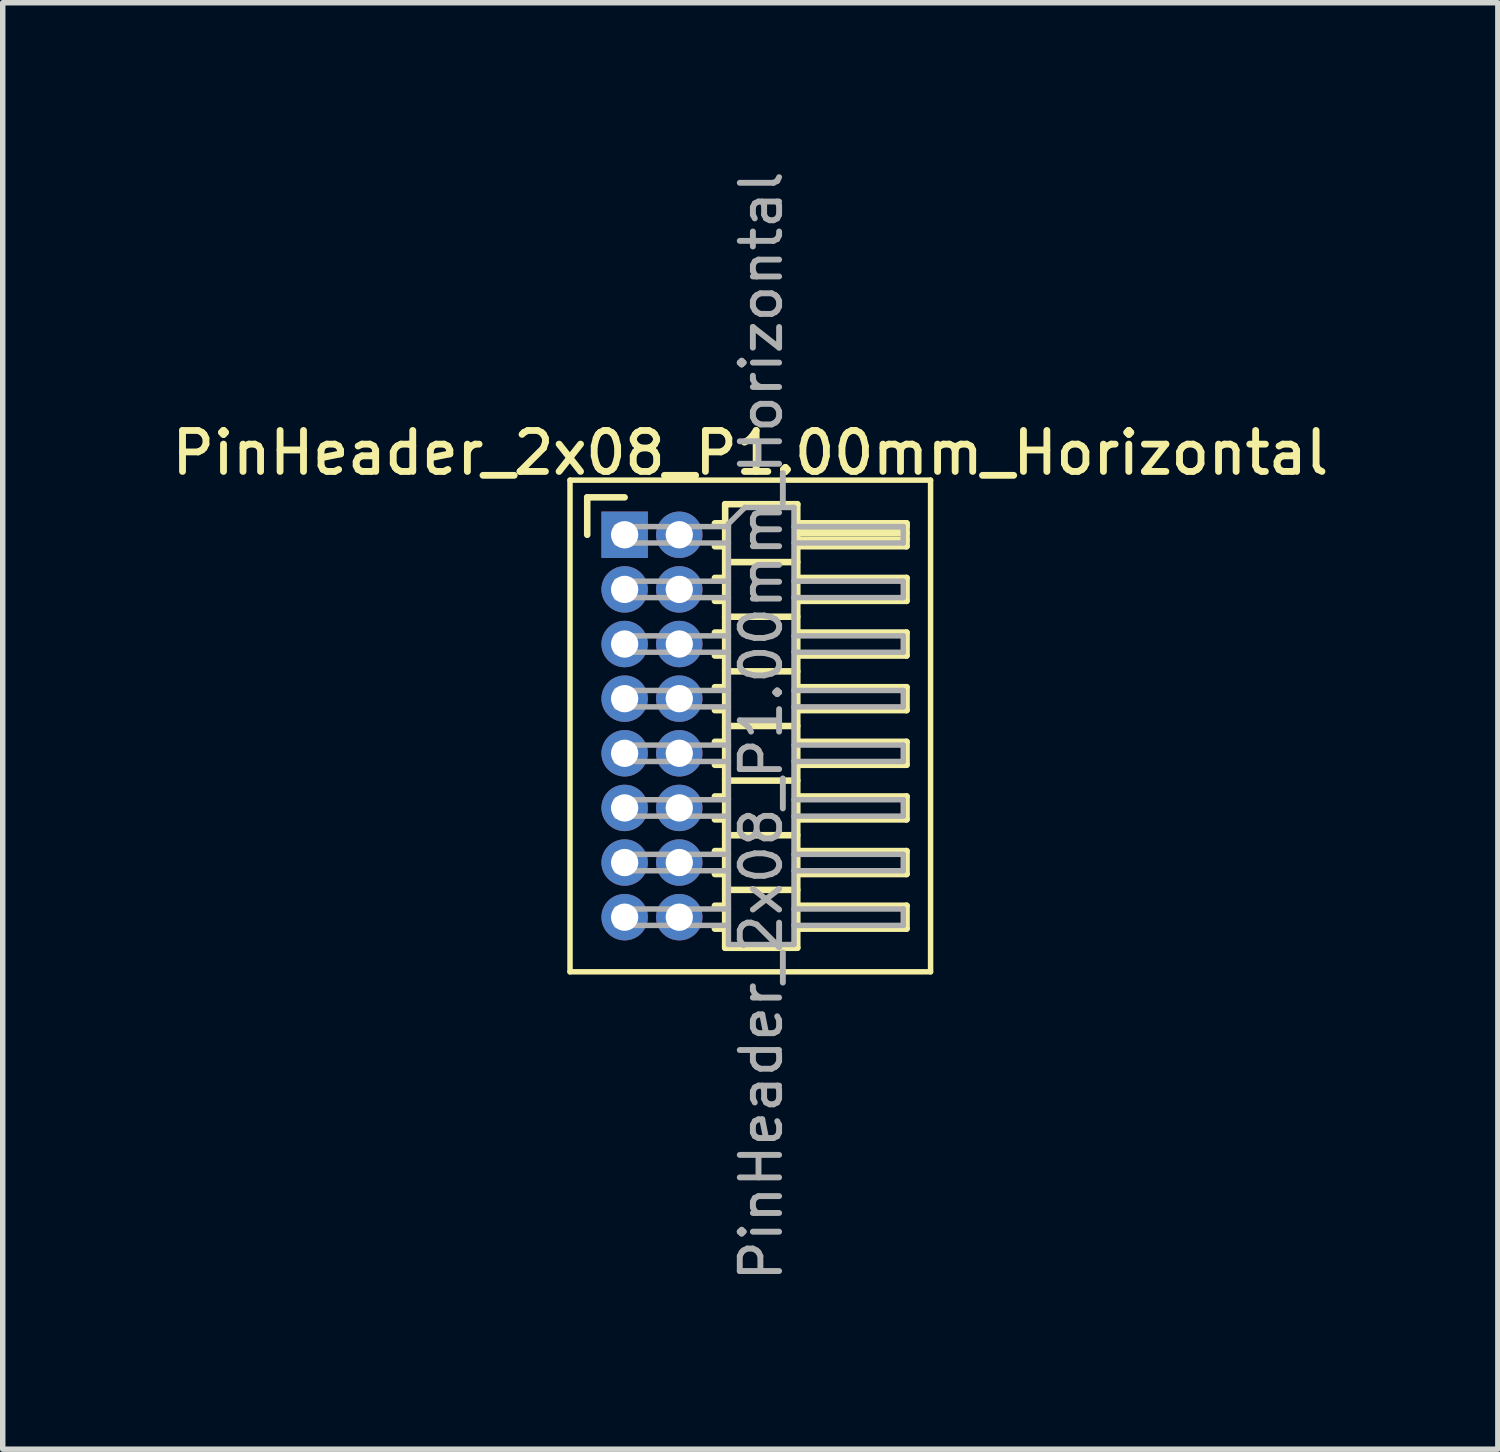
<source format=kicad_pcb>
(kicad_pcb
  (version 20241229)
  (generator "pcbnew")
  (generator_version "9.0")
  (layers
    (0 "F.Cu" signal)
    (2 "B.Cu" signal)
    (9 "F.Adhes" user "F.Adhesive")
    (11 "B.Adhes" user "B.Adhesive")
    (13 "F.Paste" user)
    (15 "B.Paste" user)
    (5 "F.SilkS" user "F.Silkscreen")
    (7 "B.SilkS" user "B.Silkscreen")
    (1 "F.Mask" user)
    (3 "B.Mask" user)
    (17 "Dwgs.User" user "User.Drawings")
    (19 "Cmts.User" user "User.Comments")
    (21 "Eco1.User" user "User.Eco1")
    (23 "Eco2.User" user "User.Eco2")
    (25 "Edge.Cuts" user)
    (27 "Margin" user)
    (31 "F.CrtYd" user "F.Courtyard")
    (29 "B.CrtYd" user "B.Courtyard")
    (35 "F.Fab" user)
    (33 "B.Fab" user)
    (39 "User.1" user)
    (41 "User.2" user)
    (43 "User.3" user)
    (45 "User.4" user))
  (footprint "PinHeader_2x08_P1.00mm_Horizontal"
    (layer "F.Cu")
    (at 8.384 6.739)
    (property "Reference" "PinHeader_2x08_P1.00mm_Horizontal" (at 2.3 -1.5 0) (layer "F.SilkS") (effects (font (size 0.75 0.75) (thickness 0.125))))
    (attr through_hole)
    (fp_line (start -1 -1) (end -1 8) (stroke (width 0.1) (type solid)) (layer "F.SilkS"))
    (fp_line (start -1 8) (end 5.6 8) (stroke (width 0.1) (type solid)) (layer "F.SilkS"))
    (fp_line (start -0.685 -0.685) (end 0 -0.685) (stroke (width 0.12) (type solid)) (layer "F.SilkS"))
    (fp_line (start -0.685 0) (end -0.685 -0.685) (stroke (width 0.12) (type solid)) (layer "F.SilkS"))
    (fp_line (start 1.652 -0.21) (end 1.84 -0.21) (stroke (width 0.12) (type solid)) (layer "F.SilkS"))
    (fp_line (start 1.652 0.21) (end 1.84 0.21) (stroke (width 0.12) (type solid)) (layer "F.SilkS"))
    (fp_line (start 1.652 0.79) (end 1.84 0.79) (stroke (width 0.12) (type solid)) (layer "F.SilkS"))
    (fp_line (start 1.652 1.21) (end 1.84 1.21) (stroke (width 0.12) (type solid)) (layer "F.SilkS"))
    (fp_line (start 1.652 1.79) (end 1.84 1.79) (stroke (width 0.12) (type solid)) (layer "F.SilkS"))
    (fp_line (start 1.652 2.21) (end 1.84 2.21) (stroke (width 0.12) (type solid)) (layer "F.SilkS"))
    (fp_line (start 1.652 2.79) (end 1.84 2.79) (stroke (width 0.12) (type solid)) (layer "F.SilkS"))
    (fp_line (start 1.652 3.21) (end 1.84 3.21) (stroke (width 0.12) (type solid)) (layer "F.SilkS"))
    (fp_line (start 1.652 3.79) (end 1.84 3.79) (stroke (width 0.12) (type solid)) (layer "F.SilkS"))
    (fp_line (start 1.652 4.21) (end 1.84 4.21) (stroke (width 0.12) (type solid)) (layer "F.SilkS"))
    (fp_line (start 1.652 4.79) (end 1.84 4.79) (stroke (width 0.12) (type solid)) (layer "F.SilkS"))
    (fp_line (start 1.652 5.21) (end 1.84 5.21) (stroke (width 0.12) (type solid)) (layer "F.SilkS"))
    (fp_line (start 1.652 5.79) (end 1.84 5.79) (stroke (width 0.12) (type solid)) (layer "F.SilkS"))
    (fp_line (start 1.652 6.21) (end 1.84 6.21) (stroke (width 0.12) (type solid)) (layer "F.SilkS"))
    (fp_line (start 1.652 6.79) (end 1.84 6.79) (stroke (width 0.12) (type solid)) (layer "F.SilkS"))
    (fp_line (start 1.652 7.21) (end 1.84 7.21) (stroke (width 0.12) (type solid)) (layer "F.SilkS"))
    (fp_line (start 1.84 -0.56) (end 1.84 7.56) (stroke (width 0.12) (type solid)) (layer "F.SilkS"))
    (fp_line (start 1.84 0.5) (end 3.16 0.5) (stroke (width 0.12) (type solid)) (layer "F.SilkS"))
    (fp_line (start 1.84 1.5) (end 3.16 1.5) (stroke (width 0.12) (type solid)) (layer "F.SilkS"))
    (fp_line (start 1.84 2.5) (end 3.16 2.5) (stroke (width 0.12) (type solid)) (layer "F.SilkS"))
    (fp_line (start 1.84 3.5) (end 3.16 3.5) (stroke (width 0.12) (type solid)) (layer "F.SilkS"))
    (fp_line (start 1.84 4.5) (end 3.16 4.5) (stroke (width 0.12) (type solid)) (layer "F.SilkS"))
    (fp_line (start 1.84 5.5) (end 3.16 5.5) (stroke (width 0.12) (type solid)) (layer "F.SilkS"))
    (fp_line (start 1.84 6.5) (end 3.16 6.5) (stroke (width 0.12) (type solid)) (layer "F.SilkS"))
    (fp_line (start 1.84 7.56) (end 3.16 7.56) (stroke (width 0.12) (type solid)) (layer "F.SilkS"))
    (fp_line (start 3.16 -0.56) (end 1.84 -0.56) (stroke (width 0.12) (type solid)) (layer "F.SilkS"))
    (fp_line (start 3.16 -0.21) (end 5.16 -0.21) (stroke (width 0.12) (type solid)) (layer "F.SilkS"))
    (fp_line (start 3.16 -0.15) (end 5.16 -0.15) (stroke (width 0.12) (type solid)) (layer "F.SilkS"))
    (fp_line (start 3.16 -0.03) (end 5.16 -0.03) (stroke (width 0.12) (type solid)) (layer "F.SilkS"))
    (fp_line (start 3.16 0.09) (end 5.16 0.09) (stroke (width 0.12) (type solid)) (layer "F.SilkS"))
    (fp_line (start 3.16 0.79) (end 5.16 0.79) (stroke (width 0.12) (type solid)) (layer "F.SilkS"))
    (fp_line (start 3.16 1.79) (end 5.16 1.79) (stroke (width 0.12) (type solid)) (layer "F.SilkS"))
    (fp_line (start 3.16 2.79) (end 5.16 2.79) (stroke (width 0.12) (type solid)) (layer "F.SilkS"))
    (fp_line (start 3.16 3.79) (end 5.16 3.79) (stroke (width 0.12) (type solid)) (layer "F.SilkS"))
    (fp_line (start 3.16 4.79) (end 5.16 4.79) (stroke (width 0.12) (type solid)) (layer "F.SilkS"))
    (fp_line (start 3.16 5.79) (end 5.16 5.79) (stroke (width 0.12) (type solid)) (layer "F.SilkS"))
    (fp_line (start 3.16 6.79) (end 5.16 6.79) (stroke (width 0.12) (type solid)) (layer "F.SilkS"))
    (fp_line (start 3.16 7.56) (end 3.16 -0.56) (stroke (width 0.12) (type solid)) (layer "F.SilkS"))
    (fp_line (start 5.16 -0.21) (end 5.16 0.21) (stroke (width 0.12) (type solid)) (layer "F.SilkS"))
    (fp_line (start 5.16 0.21) (end 3.16 0.21) (stroke (width 0.12) (type solid)) (layer "F.SilkS"))
    (fp_line (start 5.16 0.79) (end 5.16 1.21) (stroke (width 0.12) (type solid)) (layer "F.SilkS"))
    (fp_line (start 5.16 1.21) (end 3.16 1.21) (stroke (width 0.12) (type solid)) (layer "F.SilkS"))
    (fp_line (start 5.16 1.79) (end 5.16 2.21) (stroke (width 0.12) (type solid)) (layer "F.SilkS"))
    (fp_line (start 5.16 2.21) (end 3.16 2.21) (stroke (width 0.12) (type solid)) (layer "F.SilkS"))
    (fp_line (start 5.16 2.79) (end 5.16 3.21) (stroke (width 0.12) (type solid)) (layer "F.SilkS"))
    (fp_line (start 5.16 3.21) (end 3.16 3.21) (stroke (width 0.12) (type solid)) (layer "F.SilkS"))
    (fp_line (start 5.16 3.79) (end 5.16 4.21) (stroke (width 0.12) (type solid)) (layer "F.SilkS"))
    (fp_line (start 5.16 4.21) (end 3.16 4.21) (stroke (width 0.12) (type solid)) (layer "F.SilkS"))
    (fp_line (start 5.16 4.79) (end 5.16 5.21) (stroke (width 0.12) (type solid)) (layer "F.SilkS"))
    (fp_line (start 5.16 5.21) (end 3.16 5.21) (stroke (width 0.12) (type solid)) (layer "F.SilkS"))
    (fp_line (start 5.16 5.79) (end 5.16 6.21) (stroke (width 0.12) (type solid)) (layer "F.SilkS"))
    (fp_line (start 5.16 6.21) (end 3.16 6.21) (stroke (width 0.12) (type solid)) (layer "F.SilkS"))
    (fp_line (start 5.16 6.79) (end 5.16 7.21) (stroke (width 0.12) (type solid)) (layer "F.SilkS"))
    (fp_line (start 5.16 7.21) (end 3.16 7.21) (stroke (width 0.12) (type solid)) (layer "F.SilkS"))
    (fp_line (start 5.6 -1) (end -1 -1) (stroke (width 0.1) (type solid)) (layer "F.SilkS"))
    (fp_line (start 5.6 8) (end 5.6 -1) (stroke (width 0.1) (type solid)) (layer "F.SilkS"))
    (fp_line (start -0.15 -0.15) (end -0.15 0.15) (stroke (width 0.1) (type solid)) (layer "F.Fab"))
    (fp_line (start -0.15 -0.15) (end 1.9 -0.15) (stroke (width 0.1) (type solid)) (layer "F.Fab"))
    (fp_line (start -0.15 0.15) (end 1.9 0.15) (stroke (width 0.1) (type solid)) (layer "F.Fab"))
    (fp_line (start -0.15 0.85) (end -0.15 1.15) (stroke (width 0.1) (type solid)) (layer "F.Fab"))
    (fp_line (start -0.15 0.85) (end 1.9 0.85) (stroke (width 0.1) (type solid)) (layer "F.Fab"))
    (fp_line (start -0.15 1.15) (end 1.9 1.15) (stroke (width 0.1) (type solid)) (layer "F.Fab"))
    (fp_line (start -0.15 1.85) (end -0.15 2.15) (stroke (width 0.1) (type solid)) (layer "F.Fab"))
    (fp_line (start -0.15 1.85) (end 1.9 1.85) (stroke (width 0.1) (type solid)) (layer "F.Fab"))
    (fp_line (start -0.15 2.15) (end 1.9 2.15) (stroke (width 0.1) (type solid)) (layer "F.Fab"))
    (fp_line (start -0.15 2.85) (end -0.15 3.15) (stroke (width 0.1) (type solid)) (layer "F.Fab"))
    (fp_line (start -0.15 2.85) (end 1.9 2.85) (stroke (width 0.1) (type solid)) (layer "F.Fab"))
    (fp_line (start -0.15 3.15) (end 1.9 3.15) (stroke (width 0.1) (type solid)) (layer "F.Fab"))
    (fp_line (start -0.15 3.85) (end -0.15 4.15) (stroke (width 0.1) (type solid)) (layer "F.Fab"))
    (fp_line (start -0.15 3.85) (end 1.9 3.85) (stroke (width 0.1) (type solid)) (layer "F.Fab"))
    (fp_line (start -0.15 4.15) (end 1.9 4.15) (stroke (width 0.1) (type solid)) (layer "F.Fab"))
    (fp_line (start -0.15 4.85) (end -0.15 5.15) (stroke (width 0.1) (type solid)) (layer "F.Fab"))
    (fp_line (start -0.15 4.85) (end 1.9 4.85) (stroke (width 0.1) (type solid)) (layer "F.Fab"))
    (fp_line (start -0.15 5.15) (end 1.9 5.15) (stroke (width 0.1) (type solid)) (layer "F.Fab"))
    (fp_line (start -0.15 5.85) (end -0.15 6.15) (stroke (width 0.1) (type solid)) (layer "F.Fab"))
    (fp_line (start -0.15 5.85) (end 1.9 5.85) (stroke (width 0.1) (type solid)) (layer "F.Fab"))
    (fp_line (start -0.15 6.15) (end 1.9 6.15) (stroke (width 0.1) (type solid)) (layer "F.Fab"))
    (fp_line (start -0.15 6.85) (end -0.15 7.15) (stroke (width 0.1) (type solid)) (layer "F.Fab"))
    (fp_line (start -0.15 6.85) (end 1.9 6.85) (stroke (width 0.1) (type solid)) (layer "F.Fab"))
    (fp_line (start -0.15 7.15) (end 1.9 7.15) (stroke (width 0.1) (type solid)) (layer "F.Fab"))
    (fp_line (start 1.9 -0.2) (end 2.2 -0.5) (stroke (width 0.1) (type solid)) (layer "F.Fab"))
    (fp_line (start 1.9 7.5) (end 1.9 -0.2) (stroke (width 0.1) (type solid)) (layer "F.Fab"))
    (fp_line (start 2.2 -0.5) (end 3.1 -0.5) (stroke (width 0.1) (type solid)) (layer "F.Fab"))
    (fp_line (start 3.1 -0.5) (end 3.1 7.5) (stroke (width 0.1) (type solid)) (layer "F.Fab"))
    (fp_line (start 3.1 -0.15) (end 5.1 -0.15) (stroke (width 0.1) (type solid)) (layer "F.Fab"))
    (fp_line (start 3.1 0.15) (end 5.1 0.15) (stroke (width 0.1) (type solid)) (layer "F.Fab"))
    (fp_line (start 3.1 0.85) (end 5.1 0.85) (stroke (width 0.1) (type solid)) (layer "F.Fab"))
    (fp_line (start 3.1 1.15) (end 5.1 1.15) (stroke (width 0.1) (type solid)) (layer "F.Fab"))
    (fp_line (start 3.1 1.85) (end 5.1 1.85) (stroke (width 0.1) (type solid)) (layer "F.Fab"))
    (fp_line (start 3.1 2.15) (end 5.1 2.15) (stroke (width 0.1) (type solid)) (layer "F.Fab"))
    (fp_line (start 3.1 2.85) (end 5.1 2.85) (stroke (width 0.1) (type solid)) (layer "F.Fab"))
    (fp_line (start 3.1 3.15) (end 5.1 3.15) (stroke (width 0.1) (type solid)) (layer "F.Fab"))
    (fp_line (start 3.1 3.85) (end 5.1 3.85) (stroke (width 0.1) (type solid)) (layer "F.Fab"))
    (fp_line (start 3.1 4.15) (end 5.1 4.15) (stroke (width 0.1) (type solid)) (layer "F.Fab"))
    (fp_line (start 3.1 4.85) (end 5.1 4.85) (stroke (width 0.1) (type solid)) (layer "F.Fab"))
    (fp_line (start 3.1 5.15) (end 5.1 5.15) (stroke (width 0.1) (type solid)) (layer "F.Fab"))
    (fp_line (start 3.1 5.85) (end 5.1 5.85) (stroke (width 0.1) (type solid)) (layer "F.Fab"))
    (fp_line (start 3.1 6.15) (end 5.1 6.15) (stroke (width 0.1) (type solid)) (layer "F.Fab"))
    (fp_line (start 3.1 6.85) (end 5.1 6.85) (stroke (width 0.1) (type solid)) (layer "F.Fab"))
    (fp_line (start 3.1 7.15) (end 5.1 7.15) (stroke (width 0.1) (type solid)) (layer "F.Fab"))
    (fp_line (start 3.1 7.5) (end 1.9 7.5) (stroke (width 0.1) (type solid)) (layer "F.Fab"))
    (fp_line (start 5.1 -0.15) (end 5.1 0.15) (stroke (width 0.1) (type solid)) (layer "F.Fab"))
    (fp_line (start 5.1 0.85) (end 5.1 1.15) (stroke (width 0.1) (type solid)) (layer "F.Fab"))
    (fp_line (start 5.1 1.85) (end 5.1 2.15) (stroke (width 0.1) (type solid)) (layer "F.Fab"))
    (fp_line (start 5.1 2.85) (end 5.1 3.15) (stroke (width 0.1) (type solid)) (layer "F.Fab"))
    (fp_line (start 5.1 3.85) (end 5.1 4.15) (stroke (width 0.1) (type solid)) (layer "F.Fab"))
    (fp_line (start 5.1 4.85) (end 5.1 5.15) (stroke (width 0.1) (type solid)) (layer "F.Fab"))
    (fp_line (start 5.1 5.85) (end 5.1 6.15) (stroke (width 0.1) (type solid)) (layer "F.Fab"))
    (fp_line (start 5.1 6.85) (end 5.1 7.15) (stroke (width 0.1) (type solid)) (layer "F.Fab"))
    (fp_text user "${REFERENCE}" (at 2.5 3.5 90) (layer "F.Fab") (effects (font (size 0.72 0.72) (thickness 0.108))))
    (pad "1" thru_hole rect (at 0 0) (size 0.85 0.85) (drill 0.5) (layers "*.Cu" "*.Mask"))
    (pad "2" thru_hole oval (at 1 0) (size 0.85 0.85) (drill 0.5) (layers "*.Cu" "*.Mask"))
    (pad "3" thru_hole oval (at 0 1) (size 0.85 0.85) (drill 0.5) (layers "*.Cu" "*.Mask"))
    (pad "4" thru_hole oval (at 1 1) (size 0.85 0.85) (drill 0.5) (layers "*.Cu" "*.Mask"))
    (pad "5" thru_hole oval (at 0 2) (size 0.85 0.85) (drill 0.5) (layers "*.Cu" "*.Mask"))
    (pad "6" thru_hole oval (at 1 2) (size 0.85 0.85) (drill 0.5) (layers "*.Cu" "*.Mask"))
    (pad "7" thru_hole oval (at 0 3) (size 0.85 0.85) (drill 0.5) (layers "*.Cu" "*.Mask"))
    (pad "8" thru_hole oval (at 1 3) (size 0.85 0.85) (drill 0.5) (layers "*.Cu" "*.Mask"))
    (pad "9" thru_hole oval (at 0 4) (size 0.85 0.85) (drill 0.5) (layers "*.Cu" "*.Mask"))
    (pad "10" thru_hole oval (at 1 4) (size 0.85 0.85) (drill 0.5) (layers "*.Cu" "*.Mask"))
    (pad "11" thru_hole oval (at 0 5) (size 0.85 0.85) (drill 0.5) (layers "*.Cu" "*.Mask"))
    (pad "12" thru_hole oval (at 1 5) (size 0.85 0.85) (drill 0.5) (layers "*.Cu" "*.Mask"))
    (pad "13" thru_hole oval (at 0 6) (size 0.85 0.85) (drill 0.5) (layers "*.Cu" "*.Mask"))
    (pad "14" thru_hole oval (at 1 6) (size 0.85 0.85) (drill 0.5) (layers "*.Cu" "*.Mask"))
    (pad "15" thru_hole oval (at 0 7) (size 0.85 0.85) (drill 0.5) (layers "*.Cu" "*.Mask"))
    (pad "16" thru_hole oval (at 1 7) (size 0.85 0.85) (drill 0.5) (layers "*.Cu" "*.Mask")))
  (gr_rect
    (start -3 -3)
    (end 24.368 23.477)
    (stroke (width 0.1) (type default))
    (fill no)
    (layer "Edge.Cuts")))
</source>
